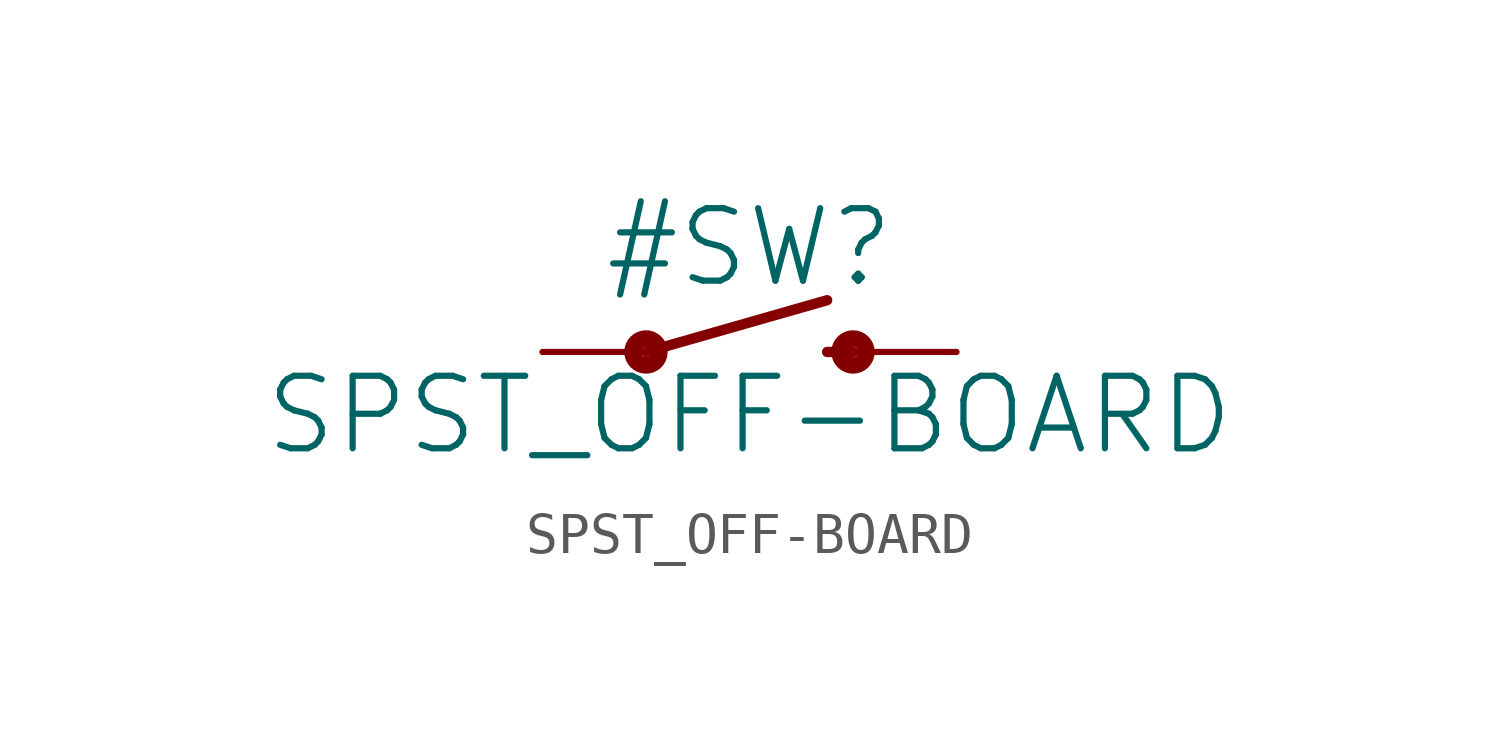
<source format=kicad_sym>
(kicad_symbol_lib
  (version 20211014)
  (generator kicad_symbol_editor)
  (symbol "SPST_OFF-BOARD"
    (property "Reference" "#SW"
      (at 0 1.524 0)
      (effects (font (size 1.778 1.778)) (justify bottom)))
    (property "Value" "SPST_OFF-BOARD"
      (at 0 -0.508 0)
      (effects (font (size 1.778 1.778)) (justify top)))
    (property "ki_locked" ""
      (at 0 0 0)
      (effects (font (size 1.27 1.27))))
    (symbol "SPST_OFF-BOARD_1_0"
      (circle (center -2.54 0) (radius 0.127) (stroke (width 0.406) (type default) (color 0 0 0 0)) (fill (type none)))
      (polyline (pts (xy -2.54 0) (xy 1.905 1.27)) (stroke (width 0.254) (type default) (color 0 0 0 0)) (fill (type none)))
      (polyline (pts (xy 1.905 0) (xy 2.54 0)) (stroke (width 0.254) (type default) (color 0 0 0 0)) (fill (type none)))
      (circle (center 2.54 0) (radius 0.127) (stroke (width 0.406) (type default) (color 0 0 0 0)) (fill (type none)))
      (pin passive line (at -5.08 0 0) (length 2.54) (name "1" (effects (font (size 0 0)))) (number "1" (effects (font (size 0 0)))))
      (pin passive line (at 5.08 0 180) (length 2.54) (name "2" (effects (font (size 0 0)))) (number "2" (effects (font (size 0 0))))))))
</source>
